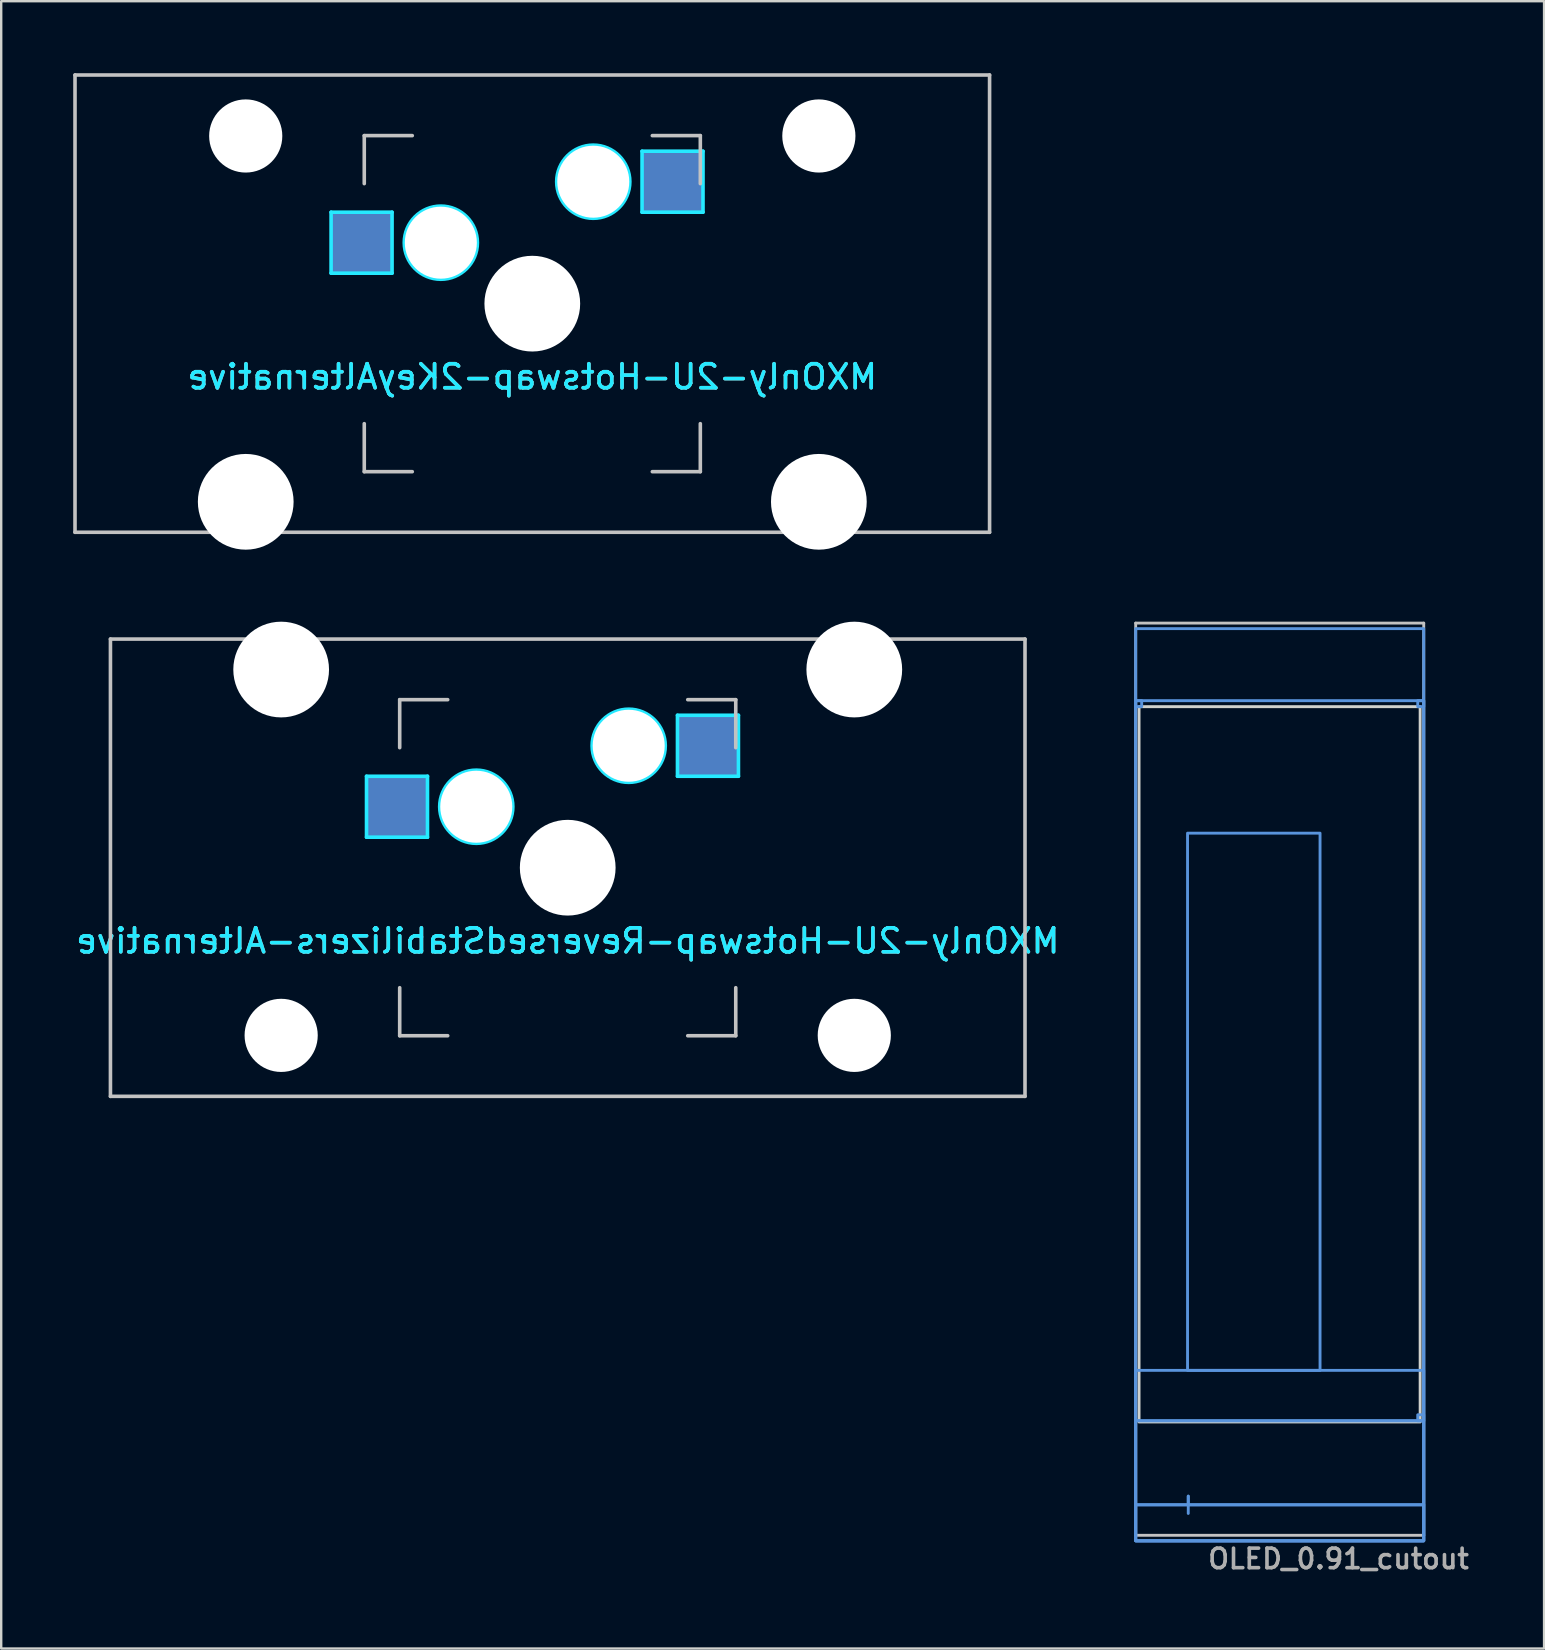
<source format=kicad_pcb>
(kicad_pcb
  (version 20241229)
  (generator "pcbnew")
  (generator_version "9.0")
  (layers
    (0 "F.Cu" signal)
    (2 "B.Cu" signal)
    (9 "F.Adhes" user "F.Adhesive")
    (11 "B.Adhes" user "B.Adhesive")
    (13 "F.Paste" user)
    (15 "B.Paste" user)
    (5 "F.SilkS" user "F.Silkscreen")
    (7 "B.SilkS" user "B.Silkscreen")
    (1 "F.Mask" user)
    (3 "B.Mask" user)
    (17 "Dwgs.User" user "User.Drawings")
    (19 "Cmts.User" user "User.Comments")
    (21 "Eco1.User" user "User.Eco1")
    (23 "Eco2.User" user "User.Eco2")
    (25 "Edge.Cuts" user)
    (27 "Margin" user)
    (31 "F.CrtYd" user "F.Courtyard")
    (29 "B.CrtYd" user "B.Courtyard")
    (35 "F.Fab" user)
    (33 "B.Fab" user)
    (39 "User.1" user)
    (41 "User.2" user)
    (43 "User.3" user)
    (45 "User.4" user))
  (footprint "OLED_0.91_cutout"
    (layer "F.Cu")
    (at 50.262 59.639)
    (property "Reference" "OLED_0.91_cutout" (at 2.45 2.25 180) (layer "F.Fab") (effects (font (size 0.813 0.813) (thickness 0.15))))
    (attr through_hole)
    (fp_line (start -6 -36.73) (end 6 -36.73) (stroke (width 0.12) (type solid)) (layer "Dwgs.User"))
    (fp_line (start -6 1.27) (end -6 -36.73) (stroke (width 0.12) (type solid)) (layer "Dwgs.User"))
    (fp_line (start -6 1.27) (end 6 1.27) (stroke (width 0.12) (type solid)) (layer "Dwgs.User"))
    (fp_line (start 6 -36.73) (end 6 1.27) (stroke (width 0.12) (type solid)) (layer "Dwgs.User"))
    (fp_line (start -3.81 -0.36) (end -3.81 0.36) (stroke (width 0.12) (type solid)) (layer "Cmts.User"))
    (fp_line (start -3.81 0) (end -6 0) (stroke (width 0.12) (type solid)) (layer "Cmts.User"))
    (fp_line (start -3.81 0) (end -3.81 -0.36) (stroke (width 0.12) (type solid)) (layer "Cmts.User"))
    (fp_line (start 6 0) (end -3.81 0) (stroke (width 0.12) (type solid)) (layer "Cmts.User"))
    (fp_rect (start -6 -33.5) (end -5.75 -33.25) (stroke (width 0.12) (type solid)) (fill no) (layer "Cmts.User"))
    (fp_rect (start -6 -3.5) (end 6 -33.5) (stroke (width 0.12) (type solid)) (fill no) (layer "Cmts.User"))
    (fp_rect (start -6 0) (end 6 1.5) (stroke (width 0.12) (type solid)) (fill no) (layer "Cmts.User"))
    (fp_rect (start -6 1.5) (end 6 -36.5) (stroke (width 0.12) (type solid)) (fill no) (layer "Cmts.User"))
    (fp_rect (start -6 1.5) (end 6 -3.5) (stroke (width 0.12) (type solid)) (fill no) (layer "Cmts.User"))
    (fp_rect (start -3.84 -5.6) (end 1.68 -27.98) (stroke (width 0.12) (type solid)) (fill no) (layer "Cmts.User"))
    (fp_rect (start 6 -33.5) (end 5.75 -33.25) (stroke (width 0.12) (type solid)) (fill no) (layer "Cmts.User"))
    (fp_rect (start 6 -3.5) (end 5.75 -3.75) (stroke (width 0.12) (type solid)) (fill no) (layer "Cmts.User"))
    (fp_rect (start 6 1.5) (end -6 -5.6) (stroke (width 0.12) (type solid)) (fill no) (layer "Cmts.User"))
    (fp_rect (start 5.85 -3.45) (end -5.86 -33.25) (stroke (width 0.12) (type solid)) (fill no) (layer "Edge.Cuts")))
  (footprint "MXOnly-2U-Hotswap-2KeyAlternative"
    (layer "F.Cu")
    (at 19.125 9.6)
    (property "Reference" "MXOnly-2U-Hotswap-2KeyAlternative" (at 0 3.048 0) (layer "B.CrtYd") (effects (font (size 1 1) (thickness 0.15)) (justify mirror)))
    (attr smd)
    (fp_line (start -19.05 -9.525) (end 19.05 -9.525) (stroke (width 0.15) (type solid)) (layer "Dwgs.User"))
    (fp_line (start -19.05 9.525) (end -19.05 -9.525) (stroke (width 0.15) (type solid)) (layer "Dwgs.User"))
    (fp_line (start -7 -7) (end -7 -5) (stroke (width 0.15) (type solid)) (layer "Dwgs.User"))
    (fp_line (start -7 5) (end -7 7) (stroke (width 0.15) (type solid)) (layer "Dwgs.User"))
    (fp_line (start -7 7) (end -5 7) (stroke (width 0.15) (type solid)) (layer "Dwgs.User"))
    (fp_line (start -5 -7) (end -7 -7) (stroke (width 0.15) (type solid)) (layer "Dwgs.User"))
    (fp_line (start 5 -7) (end 7 -7) (stroke (width 0.15) (type solid)) (layer "Dwgs.User"))
    (fp_line (start 5 7) (end 7 7) (stroke (width 0.15) (type solid)) (layer "Dwgs.User"))
    (fp_line (start 7 -7) (end 7 -5) (stroke (width 0.15) (type solid)) (layer "Dwgs.User"))
    (fp_line (start 7 7) (end 7 5) (stroke (width 0.15) (type solid)) (layer "Dwgs.User"))
    (fp_line (start 19.05 -9.525) (end 19.05 9.525) (stroke (width 0.15) (type solid)) (layer "Dwgs.User"))
    (fp_line (start 19.05 9.525) (end -19.05 9.525) (stroke (width 0.15) (type solid)) (layer "Dwgs.User"))
    (fp_line (start -8.382 -3.81) (end -5.842 -3.81) (stroke (width 0.15) (type solid)) (layer "B.CrtYd"))
    (fp_line (start -8.382 -1.27) (end -8.382 -3.81) (stroke (width 0.15) (type solid)) (layer "B.CrtYd"))
    (fp_line (start -5.842 -3.81) (end -5.842 -1.27) (stroke (width 0.15) (type solid)) (layer "B.CrtYd"))
    (fp_line (start -5.842 -1.27) (end -8.382 -1.27) (stroke (width 0.15) (type solid)) (layer "B.CrtYd"))
    (fp_line (start 4.572 -6.35) (end 7.112 -6.35) (stroke (width 0.15) (type solid)) (layer "B.CrtYd"))
    (fp_line (start 4.572 -3.81) (end 4.572 -6.35) (stroke (width 0.15) (type solid)) (layer "B.CrtYd"))
    (fp_line (start 7.112 -6.35) (end 7.112 -3.81) (stroke (width 0.15) (type solid)) (layer "B.CrtYd"))
    (fp_line (start 7.112 -3.81) (end 4.572 -3.81) (stroke (width 0.15) (type solid)) (layer "B.CrtYd"))
    (fp_circle (center -3.81 -2.54) (end -3.81 -4.064) (stroke (width 0.15) (type solid)) (fill no) (layer "B.CrtYd"))
    (fp_circle (center 2.54 -5.08) (end 2.54 -6.604) (stroke (width 0.15) (type solid)) (fill no) (layer "B.CrtYd"))
    (fp_text user "${REFERENCE}" (at 0 3.048 0) (layer "B.SilkS") (effects (font (size 1 1) (thickness 0.15)) (justify mirror)))
    (pad "" np_thru_hole circle (at -11.938 -6.985) (size 3.048 3.048) (drill 3.048) (layers "*.Cu" "*.Mask"))
    (pad "" np_thru_hole circle (at -11.938 8.255) (size 3.988 3.988) (drill 3.988) (layers "*.Cu" "*.Mask"))
    (pad "" np_thru_hole circle (at -3.81 -2.54) (size 3 3) (drill 3) (layers "*.Cu" "*.Mask"))
    (pad "" np_thru_hole circle (at 0 0) (size 3.988 3.988) (drill 3.988) (layers "*.Cu" "*.Mask"))
    (pad "" np_thru_hole circle (at 2.54 -5.08) (size 3 3) (drill 3) (layers "*.Cu" "*.Mask"))
    (pad "" np_thru_hole circle (at 11.938 -6.985) (size 3.048 3.048) (drill 3.048) (layers "*.Cu" "*.Mask"))
    (pad "" np_thru_hole circle (at 11.938 8.255) (size 3.988 3.988) (drill 3.988) (layers "*.Cu" "*.Mask"))
    (pad "1" smd rect (at -7.085 -2.54) (size 2.55 2.5) (layers "B.Cu" "B.Mask" "B.Paste"))
    (pad "2" smd rect (at 5.842 -5.08) (size 2.55 2.5) (layers "B.Cu" "B.Mask" "B.Paste")))
  (footprint "MXOnly-2U-Hotswap-ReversedStabilizers-Alternative"
    (layer "F.Cu")
    (at 20.601 33.098)
    (property "Reference" "MXOnly-2U-Hotswap-ReversedStabilizers-Alternative" (at 0 3.048 0) (layer "B.CrtYd") (effects (font (size 1 1) (thickness 0.15)) (justify mirror)))
    (attr smd)
    (fp_line (start -19.05 -9.525) (end 19.05 -9.525) (stroke (width 0.15) (type solid)) (layer "Dwgs.User"))
    (fp_line (start -19.05 9.525) (end -19.05 -9.525) (stroke (width 0.15) (type solid)) (layer "Dwgs.User"))
    (fp_line (start -7 -7) (end -7 -5) (stroke (width 0.15) (type solid)) (layer "Dwgs.User"))
    (fp_line (start -7 5) (end -7 7) (stroke (width 0.15) (type solid)) (layer "Dwgs.User"))
    (fp_line (start -7 7) (end -5 7) (stroke (width 0.15) (type solid)) (layer "Dwgs.User"))
    (fp_line (start -5 -7) (end -7 -7) (stroke (width 0.15) (type solid)) (layer "Dwgs.User"))
    (fp_line (start 5 -7) (end 7 -7) (stroke (width 0.15) (type solid)) (layer "Dwgs.User"))
    (fp_line (start 5 7) (end 7 7) (stroke (width 0.15) (type solid)) (layer "Dwgs.User"))
    (fp_line (start 7 -7) (end 7 -5) (stroke (width 0.15) (type solid)) (layer "Dwgs.User"))
    (fp_line (start 7 7) (end 7 5) (stroke (width 0.15) (type solid)) (layer "Dwgs.User"))
    (fp_line (start 19.05 -9.525) (end 19.05 9.525) (stroke (width 0.15) (type solid)) (layer "Dwgs.User"))
    (fp_line (start 19.05 9.525) (end -19.05 9.525) (stroke (width 0.15) (type solid)) (layer "Dwgs.User"))
    (fp_line (start -8.382 -3.81) (end -5.842 -3.81) (stroke (width 0.15) (type solid)) (layer "B.CrtYd"))
    (fp_line (start -8.382 -1.27) (end -8.382 -3.81) (stroke (width 0.15) (type solid)) (layer "B.CrtYd"))
    (fp_line (start -5.842 -3.81) (end -5.842 -1.27) (stroke (width 0.15) (type solid)) (layer "B.CrtYd"))
    (fp_line (start -5.842 -1.27) (end -8.382 -1.27) (stroke (width 0.15) (type solid)) (layer "B.CrtYd"))
    (fp_line (start 4.572 -6.35) (end 7.112 -6.35) (stroke (width 0.15) (type solid)) (layer "B.CrtYd"))
    (fp_line (start 4.572 -3.81) (end 4.572 -6.35) (stroke (width 0.15) (type solid)) (layer "B.CrtYd"))
    (fp_line (start 7.112 -6.35) (end 7.112 -3.81) (stroke (width 0.15) (type solid)) (layer "B.CrtYd"))
    (fp_line (start 7.112 -3.81) (end 4.572 -3.81) (stroke (width 0.15) (type solid)) (layer "B.CrtYd"))
    (fp_circle (center -3.81 -2.54) (end -3.81 -4.064) (stroke (width 0.15) (type solid)) (fill no) (layer "B.CrtYd"))
    (fp_circle (center 2.54 -5.08) (end 2.54 -6.604) (stroke (width 0.15) (type solid)) (fill no) (layer "B.CrtYd"))
    (fp_text user "${REFERENCE}" (at 0 3.048 0) (layer "B.SilkS") (effects (font (size 1 1) (thickness 0.15)) (justify mirror)))
    (pad "" np_thru_hole circle (at -11.938 -8.255) (size 3.988 3.988) (drill 3.988) (layers "*.Cu" "*.Mask"))
    (pad "" np_thru_hole circle (at -11.938 6.985) (size 3.048 3.048) (drill 3.048) (layers "*.Cu" "*.Mask"))
    (pad "" np_thru_hole circle (at -3.81 -2.54) (size 3 3) (drill 3) (layers "*.Cu" "*.Mask"))
    (pad "" np_thru_hole circle (at 0 0) (size 3.988 3.988) (drill 3.988) (layers "*.Cu" "*.Mask"))
    (pad "" np_thru_hole circle (at 2.54 -5.08) (size 3 3) (drill 3) (layers "*.Cu" "*.Mask"))
    (pad "" np_thru_hole circle (at 11.938 -8.255) (size 3.988 3.988) (drill 3.988) (layers "*.Cu" "*.Mask"))
    (pad "" np_thru_hole circle (at 11.938 6.985) (size 3.048 3.048) (drill 3.048) (layers "*.Cu" "*.Mask"))
    (pad "1" smd rect (at -7.085 -2.54) (size 2.55 2.5) (layers "B.Cu" "B.Mask" "B.Paste"))
    (pad "2" smd rect (at 5.842 -5.08) (size 2.55 2.5) (layers "B.Cu" "B.Mask" "B.Paste")))
  (gr_rect
    (start -3 -3)
    (end 61.275 65.628)
    (stroke (width 0.1) (type default))
    (fill no)
    (layer "Edge.Cuts")))
</source>
